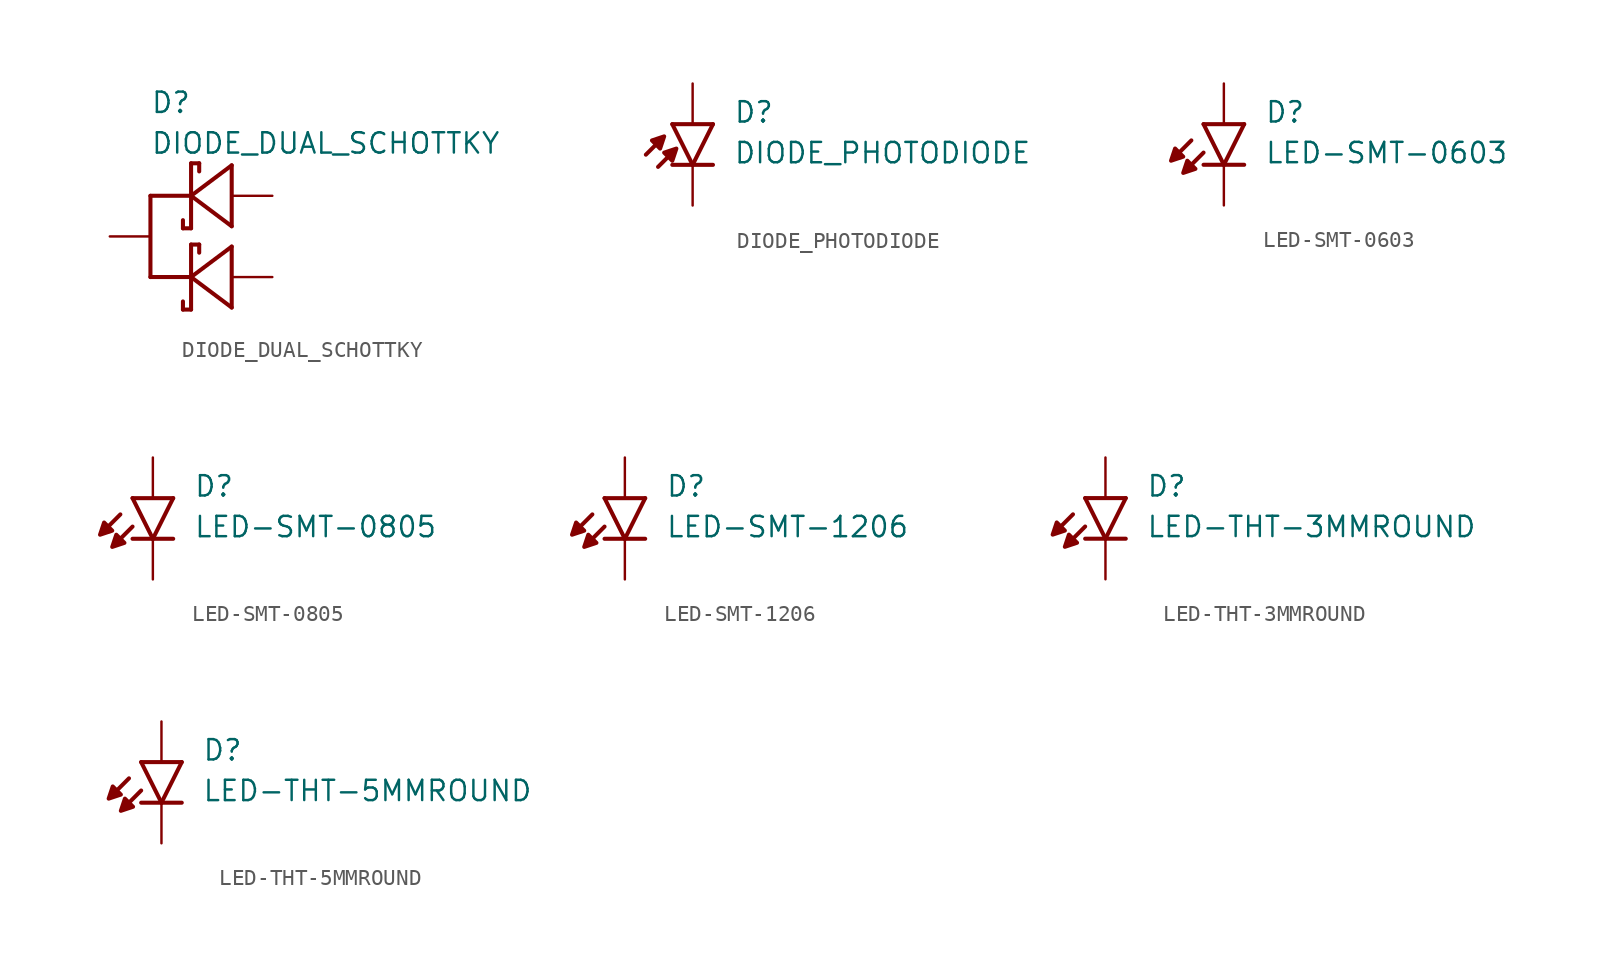
<source format=kicad_sym>
(kicad_symbol_lib
  (version 20211014)
  (generator kicad_symbol_editor)
  (symbol "DIODE_DUAL_SCHOTTKY"
    (pin_numbers hide)
    (pin_names hide)
    (property "Reference" "D"
      (at -2.54 7.62 0)
      (effects (font (size 1.27 1.27)) (justify left bottom)))
    (property "Value" "DIODE_DUAL_SCHOTTKY"
      (at -2.54 5.08 0)
      (effects (font (size 1.27 1.27)) (justify left bottom)))
    (property "Datasheet" ""
      (at 0 0 0))
    (property "ki_fp_filters" "FlashPCB_Diodes:SOT-323"
      (at 0 0 0))
    (symbol "DIODE_DUAL_SCHOTTKY_1_1"
      (polyline (pts (xy 2.54 0.635) (xy 2.54 4.445)) (stroke (width 0.254)) (fill (type none)))
      (polyline (pts (xy 0 4.572) (xy 0 2.54)) (stroke (width 0.254)) (fill (type none)))
      (polyline (pts (xy 0 2.54) (xy 0 0.508)) (stroke (width 0.254)) (fill (type none)))
      (polyline (pts (xy 0 2.54) (xy 2.54 0.635)) (stroke (width 0.254)) (fill (type none)))
      (polyline (pts (xy 2.54 4.445) (xy 0 2.54)) (stroke (width 0.254)) (fill (type none)))
      (polyline (pts (xy 0 0.508) (xy -0.508 0.508)) (stroke (width 0.254)) (fill (type none)))
      (polyline (pts (xy 0 4.572) (xy 0.508 4.572)) (stroke (width 0.254)) (fill (type none)))
      (polyline (pts (xy -0.508 0.508) (xy -0.508 1.016)) (stroke (width 0.254)) (fill (type none)))
      (polyline (pts (xy 0.508 4.064) (xy 0.508 4.572)) (stroke (width 0.254)) (fill (type none)))
      (polyline (pts (xy 2.54 -4.445) (xy 2.54 -0.635)) (stroke (width 0.254)) (fill (type none)))
      (polyline (pts (xy 0 -0.508) (xy 0 -2.54)) (stroke (width 0.254)) (fill (type none)))
      (polyline (pts (xy 0 -2.54) (xy 0 -4.572)) (stroke (width 0.254)) (fill (type none)))
      (polyline (pts (xy 0 -2.54) (xy 2.54 -4.445)) (stroke (width 0.254)) (fill (type none)))
      (polyline (pts (xy 2.54 -0.635) (xy 0 -2.54)) (stroke (width 0.254)) (fill (type none)))
      (polyline (pts (xy 0 -4.572) (xy -0.508 -4.572)) (stroke (width 0.254)) (fill (type none)))
      (polyline (pts (xy 0 -0.508) (xy 0.508 -0.508)) (stroke (width 0.254)) (fill (type none)))
      (polyline (pts (xy -0.508 -4.572) (xy -0.508 -4.064)) (stroke (width 0.254)) (fill (type none)))
      (polyline (pts (xy 0.508 -1.016) (xy 0.508 -0.508)) (stroke (width 0.254)) (fill (type none)))
      (polyline (pts (xy 0 -2.54) (xy -2.54 -2.54)) (stroke (width 0.254)) (fill (type none)))
      (polyline (pts (xy -2.54 -2.54) (xy -2.54 2.54)) (stroke (width 0.254)) (fill (type none)))
      (polyline (pts (xy -2.54 2.54) (xy 0 2.54)) (stroke (width 0.254)) (fill (type none)))
      (pin passive line (at 5.08 2.54 180) (length 2.54) (name "ANODE0" (effects (font (size 0 0)))) (number "1" (effects (font (size 0 0)))))
      (pin passive line (at -5.08 0 0) (length 2.54) (name "CATHODE" (effects (font (size 0 0)))) (number "3" (effects (font (size 0 0)))))
      (pin passive line (at 5.08 -2.54 180) (length 2.54) (name "ANODE1" (effects (font (size 0 0)))) (number "2" (effects (font (size 0 0)))))))
  (symbol "DIODE_PHOTODIODE"
    (pin_numbers hide)
    (pin_names hide)
    (property "Reference" "D"
      (at 2.544 2.544 0)
      (effects (font (size 1.27 1.27)) (justify left bottom)))
    (property "Value" "DIODE_PHOTODIODE"
      (at 2.541 0 0)
      (effects (font (size 1.27 1.27)) (justify left bottom)))
    (property "Datasheet" ""
      (at 0 0 0))
    (property "ki_fp_filters" "FlashPCB_Diodes:LED-0805 FlashPCB_Diodes:LED-1206"
      (at 0 0 0))
    (symbol "DIODE_PHOTODIODE_1_1"
      (polyline (pts (xy -2.54 1.524) (xy -1.778 1.778) (xy -2.032 1.016) (xy -2.54 1.524)) (stroke (width 0.254) (type default)) (fill (type outline)))
      (polyline (pts (xy -1.778 0.762) (xy -1.016 1.016) (xy -1.27 0.254) (xy -1.778 0.762)) (stroke (width 0.254) (type default)) (fill (type outline)))
      (polyline (pts (xy 1.27 2.54) (xy 0 0)) (stroke (width 0.254)) (fill (type none)))
      (polyline (pts (xy 0 0) (xy -1.27 2.54)) (stroke (width 0.254)) (fill (type none)))
      (polyline (pts (xy 1.27 0) (xy 0 0)) (stroke (width 0.254)) (fill (type none)))
      (polyline (pts (xy 0 0) (xy -1.27 0)) (stroke (width 0.254)) (fill (type none)))
      (polyline (pts (xy 1.27 2.54) (xy -1.27 2.54)) (stroke (width 0.254)) (fill (type none)))
      (polyline (pts (xy -2.032 1.524) (xy -2.921 0.635)) (stroke (width 0.254)) (fill (type none)))
      (polyline (pts (xy -1.27 0.762) (xy -2.159 -0.127)) (stroke (width 0.254)) (fill (type none)))
      (pin passive line (at 0 5.08 270) (length 2.54) (name "ANODE" (effects (font (size 0 0)))) (number "2" (effects (font (size 0 0)))))
      (pin passive line (at 0 -2.54 90) (length 2.54) (name "CATHODE" (effects (font (size 0 0)))) (number "1" (effects (font (size 0 0)))))))
  (symbol "LED-SMT-0603"
    (pin_numbers hide)
    (pin_names hide)
    (property "Reference" "D"
      (at 2.544 2.544 0)
      (effects (font (size 1.27 1.27)) (justify left bottom)))
    (property "Value" "LED-SMT-0603"
      (at 2.541 0 0)
      (effects (font (size 1.27 1.27)) (justify left bottom)))
    (property "Datasheet" ""
      (at 0 0 0))
    (property "ki_fp_filters" "FlashPCB_Diodes:LED-0603"
      (at 0 0 0))
    (symbol "LED-SMT-0603_1_1"
      (polyline (pts (xy -3.048 1.016) (xy -3.302 0.254) (xy -2.54 0.508) (xy -3.048 1.016)) (stroke (width 0.254) (type default)) (fill (type outline)))
      (polyline (pts (xy -2.286 0.254) (xy -2.54 -0.508) (xy -1.778 -0.254) (xy -2.286 0.254)) (stroke (width 0.254) (type default)) (fill (type outline)))
      (polyline (pts (xy 1.27 2.54) (xy 0 0)) (stroke (width 0.254)) (fill (type none)))
      (polyline (pts (xy 0 0) (xy -1.27 2.54)) (stroke (width 0.254)) (fill (type none)))
      (polyline (pts (xy 1.27 0) (xy 0 0)) (stroke (width 0.254)) (fill (type none)))
      (polyline (pts (xy 0 0) (xy -1.27 0)) (stroke (width 0.254)) (fill (type none)))
      (polyline (pts (xy 1.27 2.54) (xy -1.27 2.54)) (stroke (width 0.254)) (fill (type none)))
      (polyline (pts (xy -2.032 1.524) (xy -2.921 0.635)) (stroke (width 0.254)) (fill (type none)))
      (polyline (pts (xy -1.27 0.762) (xy -2.159 -0.127)) (stroke (width 0.254)) (fill (type none)))
      (pin passive line (at 0 5.08 270) (length 2.54) (name "A" (effects (font (size 0 0)))) (number "2" (effects (font (size 0 0)))))
      (pin passive line (at 0 -2.54 90) (length 2.54) (name "K" (effects (font (size 0 0)))) (number "1" (effects (font (size 0 0)))))))
  (symbol "LED-SMT-0805"
    (pin_numbers hide)
    (pin_names hide)
    (property "Reference" "D"
      (at 2.544 2.544 0)
      (effects (font (size 1.27 1.27)) (justify left bottom)))
    (property "Value" "LED-SMT-0805"
      (at 2.541 0 0)
      (effects (font (size 1.27 1.27)) (justify left bottom)))
    (property "Datasheet" ""
      (at 0 0 0))
    (property "ki_fp_filters" "FlashPCB_Diodes:LED-0805"
      (at 0 0 0))
    (symbol "LED-SMT-0805_1_1"
      (polyline (pts (xy -3.048 1.016) (xy -3.302 0.254) (xy -2.54 0.508) (xy -3.048 1.016)) (stroke (width 0.254) (type default)) (fill (type outline)))
      (polyline (pts (xy -2.286 0.254) (xy -2.54 -0.508) (xy -1.778 -0.254) (xy -2.286 0.254)) (stroke (width 0.254) (type default)) (fill (type outline)))
      (polyline (pts (xy 1.27 2.54) (xy 0 0)) (stroke (width 0.254)) (fill (type none)))
      (polyline (pts (xy 0 0) (xy -1.27 2.54)) (stroke (width 0.254)) (fill (type none)))
      (polyline (pts (xy 1.27 0) (xy 0 0)) (stroke (width 0.254)) (fill (type none)))
      (polyline (pts (xy 0 0) (xy -1.27 0)) (stroke (width 0.254)) (fill (type none)))
      (polyline (pts (xy 1.27 2.54) (xy -1.27 2.54)) (stroke (width 0.254)) (fill (type none)))
      (polyline (pts (xy -2.032 1.524) (xy -2.921 0.635)) (stroke (width 0.254)) (fill (type none)))
      (polyline (pts (xy -1.27 0.762) (xy -2.159 -0.127)) (stroke (width 0.254)) (fill (type none)))
      (pin passive line (at 0 5.08 270) (length 2.54) (name "A" (effects (font (size 0 0)))) (number "2" (effects (font (size 0 0)))))
      (pin passive line (at 0 -2.54 90) (length 2.54) (name "K" (effects (font (size 0 0)))) (number "1" (effects (font (size 0 0)))))))
  (symbol "LED-SMT-1206"
    (pin_numbers hide)
    (pin_names hide)
    (property "Reference" "D"
      (at 2.544 2.544 0)
      (effects (font (size 1.27 1.27)) (justify left bottom)))
    (property "Value" "LED-SMT-1206"
      (at 2.541 0 0)
      (effects (font (size 1.27 1.27)) (justify left bottom)))
    (property "Datasheet" ""
      (at 0 0 0))
    (property "ki_fp_filters" "FlashPCB_Diodes:LED-1206"
      (at 0 0 0))
    (symbol "LED-SMT-1206_1_1"
      (polyline (pts (xy -3.048 1.016) (xy -3.302 0.254) (xy -2.54 0.508) (xy -3.048 1.016)) (stroke (width 0.254) (type default)) (fill (type outline)))
      (polyline (pts (xy -2.286 0.254) (xy -2.54 -0.508) (xy -1.778 -0.254) (xy -2.286 0.254)) (stroke (width 0.254) (type default)) (fill (type outline)))
      (polyline (pts (xy 1.27 2.54) (xy 0 0)) (stroke (width 0.254)) (fill (type none)))
      (polyline (pts (xy 0 0) (xy -1.27 2.54)) (stroke (width 0.254)) (fill (type none)))
      (polyline (pts (xy 1.27 0) (xy 0 0)) (stroke (width 0.254)) (fill (type none)))
      (polyline (pts (xy 0 0) (xy -1.27 0)) (stroke (width 0.254)) (fill (type none)))
      (polyline (pts (xy 1.27 2.54) (xy -1.27 2.54)) (stroke (width 0.254)) (fill (type none)))
      (polyline (pts (xy -2.032 1.524) (xy -2.921 0.635)) (stroke (width 0.254)) (fill (type none)))
      (polyline (pts (xy -1.27 0.762) (xy -2.159 -0.127)) (stroke (width 0.254)) (fill (type none)))
      (pin passive line (at 0 5.08 270) (length 2.54) (name "A" (effects (font (size 0 0)))) (number "2" (effects (font (size 0 0)))))
      (pin passive line (at 0 -2.54 90) (length 2.54) (name "K" (effects (font (size 0 0)))) (number "1" (effects (font (size 0 0)))))))
  (symbol "LED-THT-3MMROUND"
    (pin_numbers hide)
    (pin_names hide)
    (property "Reference" "D"
      (at 2.544 2.544 0)
      (effects (font (size 1.27 1.27)) (justify left bottom)))
    (property "Value" "LED-THT-3MMROUND"
      (at 2.541 0 0)
      (effects (font (size 1.27 1.27)) (justify left bottom)))
    (property "Datasheet" ""
      (at 0 0 0))
    (property "ki_fp_filters" "FlashPCB_Diodes:LED-THT-3MMROUND"
      (at 0 0 0))
    (symbol "LED-THT-3MMROUND_1_1"
      (polyline (pts (xy -3.048 1.016) (xy -3.302 0.254) (xy -2.54 0.508) (xy -3.048 1.016)) (stroke (width 0.254) (type default)) (fill (type outline)))
      (polyline (pts (xy -2.286 0.254) (xy -2.54 -0.508) (xy -1.778 -0.254) (xy -2.286 0.254)) (stroke (width 0.254) (type default)) (fill (type outline)))
      (polyline (pts (xy 1.27 2.54) (xy 0 0)) (stroke (width 0.254)) (fill (type none)))
      (polyline (pts (xy 0 0) (xy -1.27 2.54)) (stroke (width 0.254)) (fill (type none)))
      (polyline (pts (xy 1.27 0) (xy 0 0)) (stroke (width 0.254)) (fill (type none)))
      (polyline (pts (xy 0 0) (xy -1.27 0)) (stroke (width 0.254)) (fill (type none)))
      (polyline (pts (xy 1.27 2.54) (xy -1.27 2.54)) (stroke (width 0.254)) (fill (type none)))
      (polyline (pts (xy -2.032 1.524) (xy -2.921 0.635)) (stroke (width 0.254)) (fill (type none)))
      (polyline (pts (xy -1.27 0.762) (xy -2.159 -0.127)) (stroke (width 0.254)) (fill (type none)))
      (pin passive line (at 0 5.08 270) (length 2.54) (name "A" (effects (font (size 0 0)))) (number "ANODE" (effects (font (size 0 0)))))
      (pin passive line (at 0 -2.54 90) (length 2.54) (name "K" (effects (font (size 0 0)))) (number "CATHODE" (effects (font (size 0 0)))))))
  (symbol "LED-THT-5MMROUND"
    (pin_numbers hide)
    (pin_names hide)
    (property "Reference" "D"
      (at 2.544 2.544 0)
      (effects (font (size 1.27 1.27)) (justify left bottom)))
    (property "Value" "LED-THT-5MMROUND"
      (at 2.541 0 0)
      (effects (font (size 1.27 1.27)) (justify left bottom)))
    (property "Datasheet" ""
      (at 0 0 0))
    (property "ki_fp_filters" "FlashPCB_Diodes:LED-THT-5MMROUND"
      (at 0 0 0))
    (symbol "LED-THT-5MMROUND_1_1"
      (polyline (pts (xy -3.048 1.016) (xy -3.302 0.254) (xy -2.54 0.508) (xy -3.048 1.016)) (stroke (width 0.254) (type default)) (fill (type outline)))
      (polyline (pts (xy -2.286 0.254) (xy -2.54 -0.508) (xy -1.778 -0.254) (xy -2.286 0.254)) (stroke (width 0.254) (type default)) (fill (type outline)))
      (polyline (pts (xy 1.27 2.54) (xy 0 0)) (stroke (width 0.254)) (fill (type none)))
      (polyline (pts (xy 0 0) (xy -1.27 2.54)) (stroke (width 0.254)) (fill (type none)))
      (polyline (pts (xy 1.27 0) (xy 0 0)) (stroke (width 0.254)) (fill (type none)))
      (polyline (pts (xy 0 0) (xy -1.27 0)) (stroke (width 0.254)) (fill (type none)))
      (polyline (pts (xy 1.27 2.54) (xy -1.27 2.54)) (stroke (width 0.254)) (fill (type none)))
      (polyline (pts (xy -2.032 1.524) (xy -2.921 0.635)) (stroke (width 0.254)) (fill (type none)))
      (polyline (pts (xy -1.27 0.762) (xy -2.159 -0.127)) (stroke (width 0.254)) (fill (type none)))
      (pin passive line (at 0 5.08 270) (length 2.54) (name "A" (effects (font (size 0 0)))) (number "ANODE" (effects (font (size 0 0)))))
      (pin passive line (at 0 -2.54 90) (length 2.54) (name "K" (effects (font (size 0 0)))) (number "CATHODE" (effects (font (size 0 0))))))))
</source>
